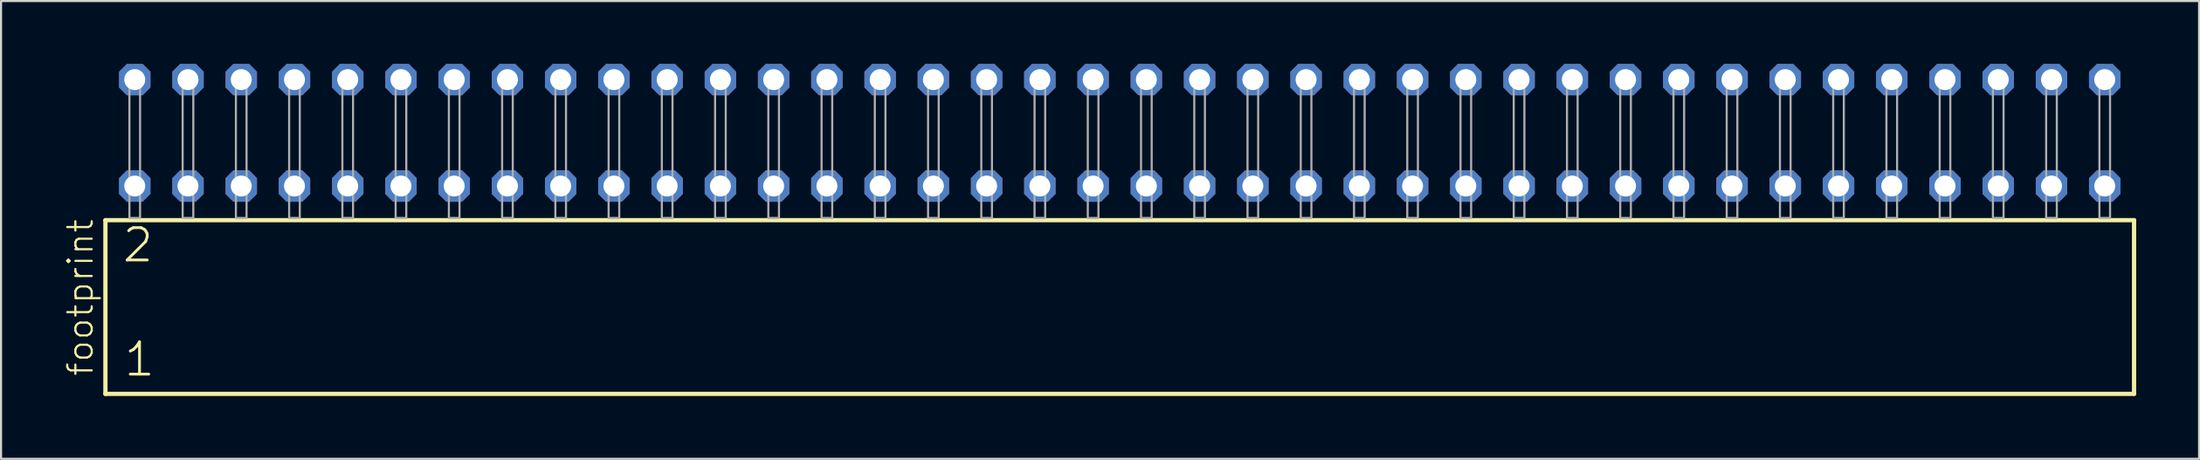
<source format=kicad_pcb>
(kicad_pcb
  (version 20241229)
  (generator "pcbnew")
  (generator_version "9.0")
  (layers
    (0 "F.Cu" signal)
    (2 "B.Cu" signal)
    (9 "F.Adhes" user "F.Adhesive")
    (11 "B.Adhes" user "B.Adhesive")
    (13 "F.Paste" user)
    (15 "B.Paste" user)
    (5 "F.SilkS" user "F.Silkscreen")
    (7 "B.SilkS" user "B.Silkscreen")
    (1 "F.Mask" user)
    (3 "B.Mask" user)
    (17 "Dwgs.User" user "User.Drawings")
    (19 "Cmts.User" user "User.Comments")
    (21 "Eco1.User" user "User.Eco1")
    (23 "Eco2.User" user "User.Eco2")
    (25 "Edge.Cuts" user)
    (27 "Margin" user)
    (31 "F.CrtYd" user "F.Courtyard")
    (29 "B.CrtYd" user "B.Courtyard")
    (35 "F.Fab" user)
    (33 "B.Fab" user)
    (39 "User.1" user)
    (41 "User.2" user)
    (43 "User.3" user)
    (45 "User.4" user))
  (footprint "footprint"
    (layer "F.Cu")
    (at 50.368 7.354)
    (property "Reference" "footprint" (at -48.895 7.62 90) (layer "F.SilkS") (effects (font (size 1.168 1.168) (thickness 0.102)) (justify left bottom)))
    (fp_line (start -48.389 0.106) (end -48.389 8.396) (stroke (width 0.203) (type solid)) (layer "F.SilkS"))
    (fp_line (start -48.389 8.396) (end 48.389 8.396) (stroke (width 0.203) (type solid)) (layer "F.SilkS"))
    (fp_line (start 48.389 0.106) (end -48.389 0.106) (stroke (width 0.203) (type solid)) (layer "F.SilkS"))
    (fp_line (start 48.389 8.396) (end 48.389 0.106) (stroke (width 0.203) (type solid)) (layer "F.SilkS"))
    (fp_poly (pts (xy -47.244 0) (xy -46.736 0) (xy -46.736 -6.858) (xy -47.244 -6.858)) (stroke (width 0.1) (type solid)) (fill no) (layer "F.Fab"))
    (fp_poly (pts (xy -44.704 0) (xy -44.196 0) (xy -44.196 -6.858) (xy -44.704 -6.858)) (stroke (width 0.1) (type solid)) (fill no) (layer "F.Fab"))
    (fp_poly (pts (xy -42.164 0) (xy -41.656 0) (xy -41.656 -6.858) (xy -42.164 -6.858)) (stroke (width 0.1) (type solid)) (fill no) (layer "F.Fab"))
    (fp_poly (pts (xy -39.624 0) (xy -39.116 0) (xy -39.116 -6.858) (xy -39.624 -6.858)) (stroke (width 0.1) (type solid)) (fill no) (layer "F.Fab"))
    (fp_poly (pts (xy -37.084 0) (xy -36.576 0) (xy -36.576 -6.858) (xy -37.084 -6.858)) (stroke (width 0.1) (type solid)) (fill no) (layer "F.Fab"))
    (fp_poly (pts (xy -34.544 0) (xy -34.036 0) (xy -34.036 -6.858) (xy -34.544 -6.858)) (stroke (width 0.1) (type solid)) (fill no) (layer "F.Fab"))
    (fp_poly (pts (xy -32.004 0) (xy -31.496 0) (xy -31.496 -6.858) (xy -32.004 -6.858)) (stroke (width 0.1) (type solid)) (fill no) (layer "F.Fab"))
    (fp_poly (pts (xy -29.464 0) (xy -28.956 0) (xy -28.956 -6.858) (xy -29.464 -6.858)) (stroke (width 0.1) (type solid)) (fill no) (layer "F.Fab"))
    (fp_poly (pts (xy -26.924 0) (xy -26.416 0) (xy -26.416 -6.858) (xy -26.924 -6.858)) (stroke (width 0.1) (type solid)) (fill no) (layer "F.Fab"))
    (fp_poly (pts (xy -24.384 0) (xy -23.876 0) (xy -23.876 -6.858) (xy -24.384 -6.858)) (stroke (width 0.1) (type solid)) (fill no) (layer "F.Fab"))
    (fp_poly (pts (xy -21.844 0) (xy -21.336 0) (xy -21.336 -6.858) (xy -21.844 -6.858)) (stroke (width 0.1) (type solid)) (fill no) (layer "F.Fab"))
    (fp_poly (pts (xy -19.304 0) (xy -18.796 0) (xy -18.796 -6.858) (xy -19.304 -6.858)) (stroke (width 0.1) (type solid)) (fill no) (layer "F.Fab"))
    (fp_poly (pts (xy -16.764 0) (xy -16.256 0) (xy -16.256 -6.858) (xy -16.764 -6.858)) (stroke (width 0.1) (type solid)) (fill no) (layer "F.Fab"))
    (fp_poly (pts (xy -14.224 0) (xy -13.716 0) (xy -13.716 -6.858) (xy -14.224 -6.858)) (stroke (width 0.1) (type solid)) (fill no) (layer "F.Fab"))
    (fp_poly (pts (xy -11.684 0) (xy -11.176 0) (xy -11.176 -6.858) (xy -11.684 -6.858)) (stroke (width 0.1) (type solid)) (fill no) (layer "F.Fab"))
    (fp_poly (pts (xy -9.144 0) (xy -8.636 0) (xy -8.636 -6.858) (xy -9.144 -6.858)) (stroke (width 0.1) (type solid)) (fill no) (layer "F.Fab"))
    (fp_poly (pts (xy -6.604 0) (xy -6.096 0) (xy -6.096 -6.858) (xy -6.604 -6.858)) (stroke (width 0.1) (type solid)) (fill no) (layer "F.Fab"))
    (fp_poly (pts (xy -4.064 0) (xy -3.556 0) (xy -3.556 -6.858) (xy -4.064 -6.858)) (stroke (width 0.1) (type solid)) (fill no) (layer "F.Fab"))
    (fp_poly (pts (xy -1.524 0) (xy -1.016 0) (xy -1.016 -6.858) (xy -1.524 -6.858)) (stroke (width 0.1) (type solid)) (fill no) (layer "F.Fab"))
    (fp_poly (pts (xy 1.016 0) (xy 1.524 0) (xy 1.524 -6.858) (xy 1.016 -6.858)) (stroke (width 0.1) (type solid)) (fill no) (layer "F.Fab"))
    (fp_poly (pts (xy 3.556 0) (xy 4.064 0) (xy 4.064 -6.858) (xy 3.556 -6.858)) (stroke (width 0.1) (type solid)) (fill no) (layer "F.Fab"))
    (fp_poly (pts (xy 6.096 0) (xy 6.604 0) (xy 6.604 -6.858) (xy 6.096 -6.858)) (stroke (width 0.1) (type solid)) (fill no) (layer "F.Fab"))
    (fp_poly (pts (xy 8.636 0) (xy 9.144 0) (xy 9.144 -6.858) (xy 8.636 -6.858)) (stroke (width 0.1) (type solid)) (fill no) (layer "F.Fab"))
    (fp_poly (pts (xy 11.176 0) (xy 11.684 0) (xy 11.684 -6.858) (xy 11.176 -6.858)) (stroke (width 0.1) (type solid)) (fill no) (layer "F.Fab"))
    (fp_poly (pts (xy 13.716 0) (xy 14.224 0) (xy 14.224 -6.858) (xy 13.716 -6.858)) (stroke (width 0.1) (type solid)) (fill no) (layer "F.Fab"))
    (fp_poly (pts (xy 16.256 0) (xy 16.764 0) (xy 16.764 -6.858) (xy 16.256 -6.858)) (stroke (width 0.1) (type solid)) (fill no) (layer "F.Fab"))
    (fp_poly (pts (xy 18.796 0) (xy 19.304 0) (xy 19.304 -6.858) (xy 18.796 -6.858)) (stroke (width 0.1) (type solid)) (fill no) (layer "F.Fab"))
    (fp_poly (pts (xy 21.336 0) (xy 21.844 0) (xy 21.844 -6.858) (xy 21.336 -6.858)) (stroke (width 0.1) (type solid)) (fill no) (layer "F.Fab"))
    (fp_poly (pts (xy 23.876 0) (xy 24.384 0) (xy 24.384 -6.858) (xy 23.876 -6.858)) (stroke (width 0.1) (type solid)) (fill no) (layer "F.Fab"))
    (fp_poly (pts (xy 26.416 0) (xy 26.924 0) (xy 26.924 -6.858) (xy 26.416 -6.858)) (stroke (width 0.1) (type solid)) (fill no) (layer "F.Fab"))
    (fp_poly (pts (xy 28.956 0) (xy 29.464 0) (xy 29.464 -6.858) (xy 28.956 -6.858)) (stroke (width 0.1) (type solid)) (fill no) (layer "F.Fab"))
    (fp_poly (pts (xy 31.496 0) (xy 32.004 0) (xy 32.004 -6.858) (xy 31.496 -6.858)) (stroke (width 0.1) (type solid)) (fill no) (layer "F.Fab"))
    (fp_poly (pts (xy 34.036 0) (xy 34.544 0) (xy 34.544 -6.858) (xy 34.036 -6.858)) (stroke (width 0.1) (type solid)) (fill no) (layer "F.Fab"))
    (fp_poly (pts (xy 36.576 0) (xy 37.084 0) (xy 37.084 -6.858) (xy 36.576 -6.858)) (stroke (width 0.1) (type solid)) (fill no) (layer "F.Fab"))
    (fp_poly (pts (xy 39.116 0) (xy 39.624 0) (xy 39.624 -6.858) (xy 39.116 -6.858)) (stroke (width 0.1) (type solid)) (fill no) (layer "F.Fab"))
    (fp_poly (pts (xy 41.656 0) (xy 42.164 0) (xy 42.164 -6.858) (xy 41.656 -6.858)) (stroke (width 0.1) (type solid)) (fill no) (layer "F.Fab"))
    (fp_poly (pts (xy 44.196 0) (xy 44.704 0) (xy 44.704 -6.858) (xy 44.196 -6.858)) (stroke (width 0.1) (type solid)) (fill no) (layer "F.Fab"))
    (fp_poly (pts (xy 46.736 0) (xy 47.244 0) (xy 47.244 -6.858) (xy 46.736 -6.858)) (stroke (width 0.1) (type solid)) (fill no) (layer "F.Fab"))
    (fp_text user "1" (at -47.585 7.65 0) (layer "F.SilkS") (effects (font (size 1.542 1.542) (thickness 0.134)) (justify left bottom)))
    (fp_text user "2" (at -47.66 2.2 0) (layer "F.SilkS") (effects (font (size 1.542 1.542) (thickness 0.134)) (justify left bottom)))
    (pad "1" thru_hole roundrect (at -46.99 -1.524) (size 1.5 1.5) (drill 1) (layers "*.Cu" "*.Mask") (roundrect_rratio 0.25) (chamfer_ratio 0.25) (chamfer top_left top_right bottom_left bottom_right))
    (pad "2" thru_hole roundrect (at -46.99 -6.604) (size 1.5 1.5) (drill 1) (layers "*.Cu" "*.Mask") (roundrect_rratio 0.25) (chamfer_ratio 0.25) (chamfer top_left top_right bottom_left bottom_right))
    (pad "3" thru_hole roundrect (at -44.45 -1.524) (size 1.5 1.5) (drill 1) (layers "*.Cu" "*.Mask") (roundrect_rratio 0.25) (chamfer_ratio 0.25) (chamfer top_left top_right bottom_left bottom_right))
    (pad "4" thru_hole roundrect (at -44.45 -6.604) (size 1.5 1.5) (drill 1) (layers "*.Cu" "*.Mask") (roundrect_rratio 0.25) (chamfer_ratio 0.25) (chamfer top_left top_right bottom_left bottom_right))
    (pad "5" thru_hole roundrect (at -41.91 -1.524) (size 1.5 1.5) (drill 1) (layers "*.Cu" "*.Mask") (roundrect_rratio 0.25) (chamfer_ratio 0.25) (chamfer top_left top_right bottom_left bottom_right))
    (pad "6" thru_hole roundrect (at -41.91 -6.604) (size 1.5 1.5) (drill 1) (layers "*.Cu" "*.Mask") (roundrect_rratio 0.25) (chamfer_ratio 0.25) (chamfer top_left top_right bottom_left bottom_right))
    (pad "7" thru_hole roundrect (at -39.37 -1.524) (size 1.5 1.5) (drill 1) (layers "*.Cu" "*.Mask") (roundrect_rratio 0.25) (chamfer_ratio 0.25) (chamfer top_left top_right bottom_left bottom_right))
    (pad "8" thru_hole roundrect (at -39.37 -6.604) (size 1.5 1.5) (drill 1) (layers "*.Cu" "*.Mask") (roundrect_rratio 0.25) (chamfer_ratio 0.25) (chamfer top_left top_right bottom_left bottom_right))
    (pad "9" thru_hole roundrect (at -36.83 -1.524) (size 1.5 1.5) (drill 1) (layers "*.Cu" "*.Mask") (roundrect_rratio 0.25) (chamfer_ratio 0.25) (chamfer top_left top_right bottom_left bottom_right))
    (pad "10" thru_hole roundrect (at -36.83 -6.604) (size 1.5 1.5) (drill 1) (layers "*.Cu" "*.Mask") (roundrect_rratio 0.25) (chamfer_ratio 0.25) (chamfer top_left top_right bottom_left bottom_right))
    (pad "11" thru_hole roundrect (at -34.29 -1.524) (size 1.5 1.5) (drill 1) (layers "*.Cu" "*.Mask") (roundrect_rratio 0.25) (chamfer_ratio 0.25) (chamfer top_left top_right bottom_left bottom_right))
    (pad "12" thru_hole roundrect (at -34.29 -6.604) (size 1.5 1.5) (drill 1) (layers "*.Cu" "*.Mask") (roundrect_rratio 0.25) (chamfer_ratio 0.25) (chamfer top_left top_right bottom_left bottom_right))
    (pad "13" thru_hole roundrect (at -31.75 -1.524) (size 1.5 1.5) (drill 1) (layers "*.Cu" "*.Mask") (roundrect_rratio 0.25) (chamfer_ratio 0.25) (chamfer top_left top_right bottom_left bottom_right))
    (pad "14" thru_hole roundrect (at -31.75 -6.604) (size 1.5 1.5) (drill 1) (layers "*.Cu" "*.Mask") (roundrect_rratio 0.25) (chamfer_ratio 0.25) (chamfer top_left top_right bottom_left bottom_right))
    (pad "15" thru_hole roundrect (at -29.21 -1.524) (size 1.5 1.5) (drill 1) (layers "*.Cu" "*.Mask") (roundrect_rratio 0.25) (chamfer_ratio 0.25) (chamfer top_left top_right bottom_left bottom_right))
    (pad "16" thru_hole roundrect (at -29.21 -6.604) (size 1.5 1.5) (drill 1) (layers "*.Cu" "*.Mask") (roundrect_rratio 0.25) (chamfer_ratio 0.25) (chamfer top_left top_right bottom_left bottom_right))
    (pad "17" thru_hole roundrect (at -26.67 -1.524) (size 1.5 1.5) (drill 1) (layers "*.Cu" "*.Mask") (roundrect_rratio 0.25) (chamfer_ratio 0.25) (chamfer top_left top_right bottom_left bottom_right))
    (pad "18" thru_hole roundrect (at -26.67 -6.604) (size 1.5 1.5) (drill 1) (layers "*.Cu" "*.Mask") (roundrect_rratio 0.25) (chamfer_ratio 0.25) (chamfer top_left top_right bottom_left bottom_right))
    (pad "19" thru_hole roundrect (at -24.13 -1.524) (size 1.5 1.5) (drill 1) (layers "*.Cu" "*.Mask") (roundrect_rratio 0.25) (chamfer_ratio 0.25) (chamfer top_left top_right bottom_left bottom_right))
    (pad "20" thru_hole roundrect (at -24.13 -6.604) (size 1.5 1.5) (drill 1) (layers "*.Cu" "*.Mask") (roundrect_rratio 0.25) (chamfer_ratio 0.25) (chamfer top_left top_right bottom_left bottom_right))
    (pad "21" thru_hole roundrect (at -21.59 -1.524) (size 1.5 1.5) (drill 1) (layers "*.Cu" "*.Mask") (roundrect_rratio 0.25) (chamfer_ratio 0.25) (chamfer top_left top_right bottom_left bottom_right))
    (pad "22" thru_hole roundrect (at -21.59 -6.604) (size 1.5 1.5) (drill 1) (layers "*.Cu" "*.Mask") (roundrect_rratio 0.25) (chamfer_ratio 0.25) (chamfer top_left top_right bottom_left bottom_right))
    (pad "23" thru_hole roundrect (at -19.05 -1.524) (size 1.5 1.5) (drill 1) (layers "*.Cu" "*.Mask") (roundrect_rratio 0.25) (chamfer_ratio 0.25) (chamfer top_left top_right bottom_left bottom_right))
    (pad "24" thru_hole roundrect (at -19.05 -6.604) (size 1.5 1.5) (drill 1) (layers "*.Cu" "*.Mask") (roundrect_rratio 0.25) (chamfer_ratio 0.25) (chamfer top_left top_right bottom_left bottom_right))
    (pad "25" thru_hole roundrect (at -16.51 -1.524) (size 1.5 1.5) (drill 1) (layers "*.Cu" "*.Mask") (roundrect_rratio 0.25) (chamfer_ratio 0.25) (chamfer top_left top_right bottom_left bottom_right))
    (pad "26" thru_hole roundrect (at -16.51 -6.604) (size 1.5 1.5) (drill 1) (layers "*.Cu" "*.Mask") (roundrect_rratio 0.25) (chamfer_ratio 0.25) (chamfer top_left top_right bottom_left bottom_right))
    (pad "27" thru_hole roundrect (at -13.97 -1.524) (size 1.5 1.5) (drill 1) (layers "*.Cu" "*.Mask") (roundrect_rratio 0.25) (chamfer_ratio 0.25) (chamfer top_left top_right bottom_left bottom_right))
    (pad "28" thru_hole roundrect (at -13.97 -6.604) (size 1.5 1.5) (drill 1) (layers "*.Cu" "*.Mask") (roundrect_rratio 0.25) (chamfer_ratio 0.25) (chamfer top_left top_right bottom_left bottom_right))
    (pad "29" thru_hole roundrect (at -11.43 -1.524) (size 1.5 1.5) (drill 1) (layers "*.Cu" "*.Mask") (roundrect_rratio 0.25) (chamfer_ratio 0.25) (chamfer top_left top_right bottom_left bottom_right))
    (pad "30" thru_hole roundrect (at -11.43 -6.604) (size 1.5 1.5) (drill 1) (layers "*.Cu" "*.Mask") (roundrect_rratio 0.25) (chamfer_ratio 0.25) (chamfer top_left top_right bottom_left bottom_right))
    (pad "31" thru_hole roundrect (at -8.89 -1.524) (size 1.5 1.5) (drill 1) (layers "*.Cu" "*.Mask") (roundrect_rratio 0.25) (chamfer_ratio 0.25) (chamfer top_left top_right bottom_left bottom_right))
    (pad "32" thru_hole roundrect (at -8.89 -6.604) (size 1.5 1.5) (drill 1) (layers "*.Cu" "*.Mask") (roundrect_rratio 0.25) (chamfer_ratio 0.25) (chamfer top_left top_right bottom_left bottom_right))
    (pad "33" thru_hole roundrect (at -6.35 -1.524) (size 1.5 1.5) (drill 1) (layers "*.Cu" "*.Mask") (roundrect_rratio 0.25) (chamfer_ratio 0.25) (chamfer top_left top_right bottom_left bottom_right))
    (pad "34" thru_hole roundrect (at -6.35 -6.604) (size 1.5 1.5) (drill 1) (layers "*.Cu" "*.Mask") (roundrect_rratio 0.25) (chamfer_ratio 0.25) (chamfer top_left top_right bottom_left bottom_right))
    (pad "35" thru_hole roundrect (at -3.81 -1.524) (size 1.5 1.5) (drill 1) (layers "*.Cu" "*.Mask") (roundrect_rratio 0.25) (chamfer_ratio 0.25) (chamfer top_left top_right bottom_left bottom_right))
    (pad "36" thru_hole roundrect (at -3.81 -6.604) (size 1.5 1.5) (drill 1) (layers "*.Cu" "*.Mask") (roundrect_rratio 0.25) (chamfer_ratio 0.25) (chamfer top_left top_right bottom_left bottom_right))
    (pad "37" thru_hole roundrect (at -1.27 -1.524) (size 1.5 1.5) (drill 1) (layers "*.Cu" "*.Mask") (roundrect_rratio 0.25) (chamfer_ratio 0.25) (chamfer top_left top_right bottom_left bottom_right))
    (pad "38" thru_hole roundrect (at -1.27 -6.604) (size 1.5 1.5) (drill 1) (layers "*.Cu" "*.Mask") (roundrect_rratio 0.25) (chamfer_ratio 0.25) (chamfer top_left top_right bottom_left bottom_right))
    (pad "39" thru_hole roundrect (at 1.27 -1.524) (size 1.5 1.5) (drill 1) (layers "*.Cu" "*.Mask") (roundrect_rratio 0.25) (chamfer_ratio 0.25) (chamfer top_left top_right bottom_left bottom_right))
    (pad "40" thru_hole roundrect (at 1.27 -6.604) (size 1.5 1.5) (drill 1) (layers "*.Cu" "*.Mask") (roundrect_rratio 0.25) (chamfer_ratio 0.25) (chamfer top_left top_right bottom_left bottom_right))
    (pad "41" thru_hole roundrect (at 3.81 -1.524) (size 1.5 1.5) (drill 1) (layers "*.Cu" "*.Mask") (roundrect_rratio 0.25) (chamfer_ratio 0.25) (chamfer top_left top_right bottom_left bottom_right))
    (pad "42" thru_hole roundrect (at 3.81 -6.604) (size 1.5 1.5) (drill 1) (layers "*.Cu" "*.Mask") (roundrect_rratio 0.25) (chamfer_ratio 0.25) (chamfer top_left top_right bottom_left bottom_right))
    (pad "43" thru_hole roundrect (at 6.35 -1.524) (size 1.5 1.5) (drill 1) (layers "*.Cu" "*.Mask") (roundrect_rratio 0.25) (chamfer_ratio 0.25) (chamfer top_left top_right bottom_left bottom_right))
    (pad "44" thru_hole roundrect (at 6.35 -6.604) (size 1.5 1.5) (drill 1) (layers "*.Cu" "*.Mask") (roundrect_rratio 0.25) (chamfer_ratio 0.25) (chamfer top_left top_right bottom_left bottom_right))
    (pad "45" thru_hole roundrect (at 8.89 -1.524) (size 1.5 1.5) (drill 1) (layers "*.Cu" "*.Mask") (roundrect_rratio 0.25) (chamfer_ratio 0.25) (chamfer top_left top_right bottom_left bottom_right))
    (pad "46" thru_hole roundrect (at 8.89 -6.604) (size 1.5 1.5) (drill 1) (layers "*.Cu" "*.Mask") (roundrect_rratio 0.25) (chamfer_ratio 0.25) (chamfer top_left top_right bottom_left bottom_right))
    (pad "47" thru_hole roundrect (at 11.43 -1.524) (size 1.5 1.5) (drill 1) (layers "*.Cu" "*.Mask") (roundrect_rratio 0.25) (chamfer_ratio 0.25) (chamfer top_left top_right bottom_left bottom_right))
    (pad "48" thru_hole roundrect (at 11.43 -6.604) (size 1.5 1.5) (drill 1) (layers "*.Cu" "*.Mask") (roundrect_rratio 0.25) (chamfer_ratio 0.25) (chamfer top_left top_right bottom_left bottom_right))
    (pad "49" thru_hole roundrect (at 13.97 -1.524) (size 1.5 1.5) (drill 1) (layers "*.Cu" "*.Mask") (roundrect_rratio 0.25) (chamfer_ratio 0.25) (chamfer top_left top_right bottom_left bottom_right))
    (pad "50" thru_hole roundrect (at 13.97 -6.604) (size 1.5 1.5) (drill 1) (layers "*.Cu" "*.Mask") (roundrect_rratio 0.25) (chamfer_ratio 0.25) (chamfer top_left top_right bottom_left bottom_right))
    (pad "51" thru_hole roundrect (at 16.51 -1.524) (size 1.5 1.5) (drill 1) (layers "*.Cu" "*.Mask") (roundrect_rratio 0.25) (chamfer_ratio 0.25) (chamfer top_left top_right bottom_left bottom_right))
    (pad "52" thru_hole roundrect (at 16.51 -6.604) (size 1.5 1.5) (drill 1) (layers "*.Cu" "*.Mask") (roundrect_rratio 0.25) (chamfer_ratio 0.25) (chamfer top_left top_right bottom_left bottom_right))
    (pad "53" thru_hole roundrect (at 19.05 -1.524) (size 1.5 1.5) (drill 1) (layers "*.Cu" "*.Mask") (roundrect_rratio 0.25) (chamfer_ratio 0.25) (chamfer top_left top_right bottom_left bottom_right))
    (pad "54" thru_hole roundrect (at 19.05 -6.604) (size 1.5 1.5) (drill 1) (layers "*.Cu" "*.Mask") (roundrect_rratio 0.25) (chamfer_ratio 0.25) (chamfer top_left top_right bottom_left bottom_right))
    (pad "55" thru_hole roundrect (at 21.59 -1.524) (size 1.5 1.5) (drill 1) (layers "*.Cu" "*.Mask") (roundrect_rratio 0.25) (chamfer_ratio 0.25) (chamfer top_left top_right bottom_left bottom_right))
    (pad "56" thru_hole roundrect (at 21.59 -6.604) (size 1.5 1.5) (drill 1) (layers "*.Cu" "*.Mask") (roundrect_rratio 0.25) (chamfer_ratio 0.25) (chamfer top_left top_right bottom_left bottom_right))
    (pad "57" thru_hole roundrect (at 24.13 -1.524) (size 1.5 1.5) (drill 1) (layers "*.Cu" "*.Mask") (roundrect_rratio 0.25) (chamfer_ratio 0.25) (chamfer top_left top_right bottom_left bottom_right))
    (pad "58" thru_hole roundrect (at 24.13 -6.604) (size 1.5 1.5) (drill 1) (layers "*.Cu" "*.Mask") (roundrect_rratio 0.25) (chamfer_ratio 0.25) (chamfer top_left top_right bottom_left bottom_right))
    (pad "59" thru_hole roundrect (at 26.67 -1.524) (size 1.5 1.5) (drill 1) (layers "*.Cu" "*.Mask") (roundrect_rratio 0.25) (chamfer_ratio 0.25) (chamfer top_left top_right bottom_left bottom_right))
    (pad "60" thru_hole roundrect (at 26.67 -6.604) (size 1.5 1.5) (drill 1) (layers "*.Cu" "*.Mask") (roundrect_rratio 0.25) (chamfer_ratio 0.25) (chamfer top_left top_right bottom_left bottom_right))
    (pad "61" thru_hole roundrect (at 29.21 -1.524) (size 1.5 1.5) (drill 1) (layers "*.Cu" "*.Mask") (roundrect_rratio 0.25) (chamfer_ratio 0.25) (chamfer top_left top_right bottom_left bottom_right))
    (pad "62" thru_hole roundrect (at 29.21 -6.604) (size 1.5 1.5) (drill 1) (layers "*.Cu" "*.Mask") (roundrect_rratio 0.25) (chamfer_ratio 0.25) (chamfer top_left top_right bottom_left bottom_right))
    (pad "63" thru_hole roundrect (at 31.75 -1.524) (size 1.5 1.5) (drill 1) (layers "*.Cu" "*.Mask") (roundrect_rratio 0.25) (chamfer_ratio 0.25) (chamfer top_left top_right bottom_left bottom_right))
    (pad "64" thru_hole roundrect (at 31.75 -6.604) (size 1.5 1.5) (drill 1) (layers "*.Cu" "*.Mask") (roundrect_rratio 0.25) (chamfer_ratio 0.25) (chamfer top_left top_right bottom_left bottom_right))
    (pad "65" thru_hole roundrect (at 34.29 -1.524) (size 1.5 1.5) (drill 1) (layers "*.Cu" "*.Mask") (roundrect_rratio 0.25) (chamfer_ratio 0.25) (chamfer top_left top_right bottom_left bottom_right))
    (pad "66" thru_hole roundrect (at 34.29 -6.604) (size 1.5 1.5) (drill 1) (layers "*.Cu" "*.Mask") (roundrect_rratio 0.25) (chamfer_ratio 0.25) (chamfer top_left top_right bottom_left bottom_right))
    (pad "67" thru_hole roundrect (at 36.83 -1.524) (size 1.5 1.5) (drill 1) (layers "*.Cu" "*.Mask") (roundrect_rratio 0.25) (chamfer_ratio 0.25) (chamfer top_left top_right bottom_left bottom_right))
    (pad "68" thru_hole roundrect (at 36.83 -6.604) (size 1.5 1.5) (drill 1) (layers "*.Cu" "*.Mask") (roundrect_rratio 0.25) (chamfer_ratio 0.25) (chamfer top_left top_right bottom_left bottom_right))
    (pad "69" thru_hole roundrect (at 39.37 -1.524) (size 1.5 1.5) (drill 1) (layers "*.Cu" "*.Mask") (roundrect_rratio 0.25) (chamfer_ratio 0.25) (chamfer top_left top_right bottom_left bottom_right))
    (pad "70" thru_hole roundrect (at 39.37 -6.604) (size 1.5 1.5) (drill 1) (layers "*.Cu" "*.Mask") (roundrect_rratio 0.25) (chamfer_ratio 0.25) (chamfer top_left top_right bottom_left bottom_right))
    (pad "71" thru_hole roundrect (at 41.91 -1.524) (size 1.5 1.5) (drill 1) (layers "*.Cu" "*.Mask") (roundrect_rratio 0.25) (chamfer_ratio 0.25) (chamfer top_left top_right bottom_left bottom_right))
    (pad "72" thru_hole roundrect (at 41.91 -6.604) (size 1.5 1.5) (drill 1) (layers "*.Cu" "*.Mask") (roundrect_rratio 0.25) (chamfer_ratio 0.25) (chamfer top_left top_right bottom_left bottom_right))
    (pad "73" thru_hole roundrect (at 44.45 -1.524) (size 1.5 1.5) (drill 1) (layers "*.Cu" "*.Mask") (roundrect_rratio 0.25) (chamfer_ratio 0.25) (chamfer top_left top_right bottom_left bottom_right))
    (pad "74" thru_hole roundrect (at 44.45 -6.604) (size 1.5 1.5) (drill 1) (layers "*.Cu" "*.Mask") (roundrect_rratio 0.25) (chamfer_ratio 0.25) (chamfer top_left top_right bottom_left bottom_right))
    (pad "75" thru_hole roundrect (at 46.99 -1.524) (size 1.5 1.5) (drill 1) (layers "*.Cu" "*.Mask") (roundrect_rratio 0.25) (chamfer_ratio 0.25) (chamfer top_left top_right bottom_left bottom_right))
    (pad "76" thru_hole roundrect (at 46.99 -6.604) (size 1.5 1.5) (drill 1) (layers "*.Cu" "*.Mask") (roundrect_rratio 0.25) (chamfer_ratio 0.25) (chamfer top_left top_right bottom_left bottom_right)))
  (gr_rect
    (start -3 -3)
    (end 101.859 18.852)
    (stroke (width 0.1) (type default))
    (fill no)
    (layer "Edge.Cuts")))
</source>
